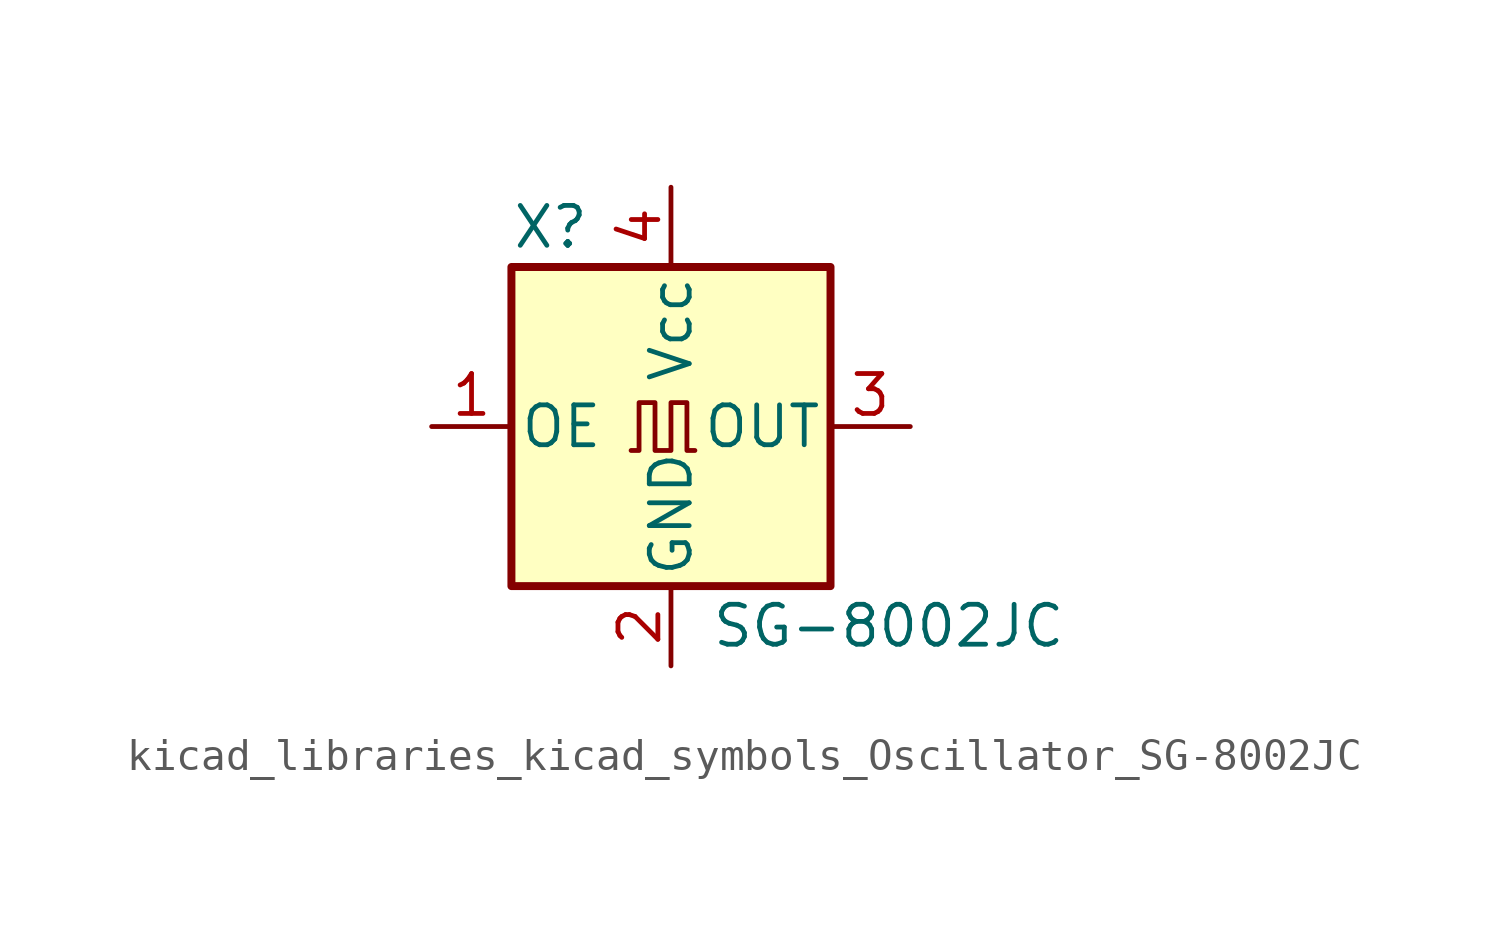
<source format=kicad_sym>
(kicad_symbol_lib
  (version 20220914)
  (generator kicad_symbol_editor)
  (symbol "kicad_libraries_kicad_symbols_Oscillator_SG-8002JC"
    (pin_names
      (offset 0.254))
    (property "Reference" "X"
      (at -5.08 6.35 0)
      (effects (font (size 1.27 1.27)) (justify left)))
    (property "Value" "SG-8002JC"
      (at 1.27 -6.35 0)
      (effects (font (size 1.27 1.27)) (justify left)))
    (symbol "kicad_libraries_kicad_symbols_Oscillator_SG-8002JC_0_1"
      (rectangle (start -5.08 5.08) (end 5.08 -5.08) (stroke (width 0.254) (type default)) (fill (type background)))
      (polyline (pts (xy -1.27 -0.762) (xy -1.016 -0.762) (xy -1.016 0.762) (xy -0.508 0.762) (xy -0.508 -0.762) (xy 0 -0.762) (xy 0 0.762) (xy 0.508 0.762) (xy 0.508 -0.762) (xy 0.762 -0.762)) (stroke (width 0) (type default)) (fill (type none))))
    (symbol "kicad_libraries_kicad_symbols_Oscillator_SG-8002JC_1_1"
      (pin input line (at -7.62 0 0) (length 2.54) (name "OE" (effects (font (size 1.27 1.27)))) (number "1" (effects (font (size 1.27 1.27)))))
      (pin power_in line (at 0 -7.62 90) (length 2.54) (name "GND" (effects (font (size 1.27 1.27)))) (number "2" (effects (font (size 1.27 1.27)))))
      (pin output line (at 7.62 0 180) (length 2.54) (name "OUT" (effects (font (size 1.27 1.27)))) (number "3" (effects (font (size 1.27 1.27)))))
      (pin power_in line (at 0 7.62 270) (length 2.54) (name "Vcc" (effects (font (size 1.27 1.27)))) (number "4" (effects (font (size 1.27 1.27))))))))
</source>
